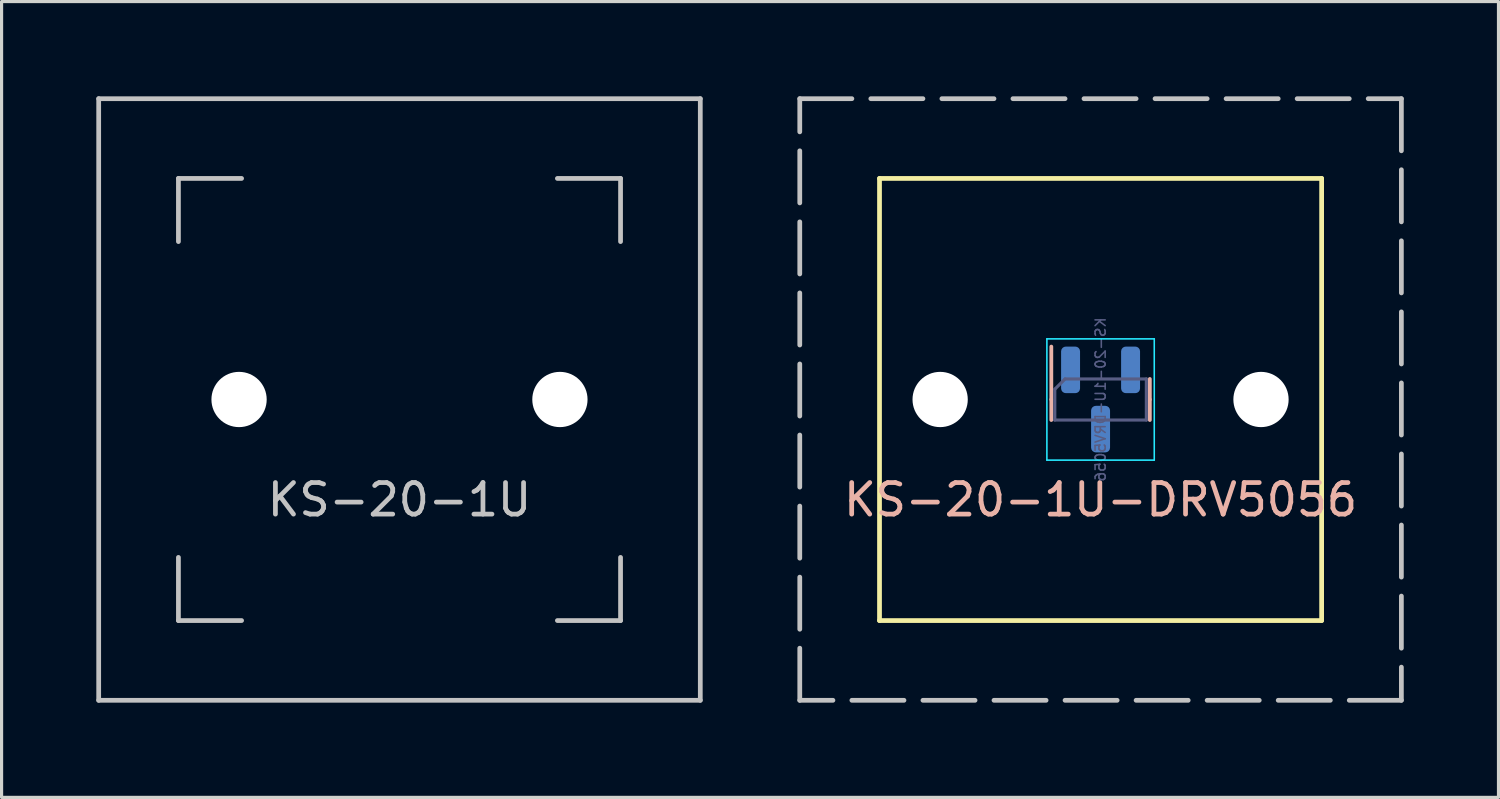
<source format=kicad_pcb>
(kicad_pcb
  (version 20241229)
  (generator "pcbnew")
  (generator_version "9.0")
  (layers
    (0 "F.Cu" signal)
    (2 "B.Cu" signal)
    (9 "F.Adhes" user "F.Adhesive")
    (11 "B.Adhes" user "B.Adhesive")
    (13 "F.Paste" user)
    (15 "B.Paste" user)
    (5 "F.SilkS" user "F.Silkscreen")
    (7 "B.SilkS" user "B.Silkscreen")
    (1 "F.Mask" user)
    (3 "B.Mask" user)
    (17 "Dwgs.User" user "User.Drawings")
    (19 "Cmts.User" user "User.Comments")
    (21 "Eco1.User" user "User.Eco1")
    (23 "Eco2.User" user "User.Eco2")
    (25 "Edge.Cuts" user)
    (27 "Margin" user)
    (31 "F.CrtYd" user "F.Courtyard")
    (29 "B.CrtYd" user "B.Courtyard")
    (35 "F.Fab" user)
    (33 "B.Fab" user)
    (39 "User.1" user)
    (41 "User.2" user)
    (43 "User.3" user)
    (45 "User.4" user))
  (footprint "KS-20-1U-DRV5056"
    (layer "F.Cu")
    (at 31.8 9.6)
    (property "Reference" "KS-20-1U-DRV5056" (at 0 3.175 0) (layer "B.SilkS") (effects (font (size 1 1) (thickness 0.15))))
    (attr through_hole)
    (fp_line (start -7 -7) (end -7 7) (stroke (width 0.15) (type solid)) (layer "F.SilkS"))
    (fp_line (start -7 7) (end 7 7) (stroke (width 0.15) (type solid)) (layer "F.SilkS"))
    (fp_line (start 7 -7) (end -7 -7) (stroke (width 0.15) (type solid)) (layer "F.SilkS"))
    (fp_line (start 7 -7) (end 7 7) (stroke (width 0.15) (type solid)) (layer "F.SilkS"))
    (fp_line (start -1.56 0) (end -1.56 -1.675) (stroke (width 0.12) (type solid)) (layer "B.SilkS"))
    (fp_line (start -1.56 0) (end -1.56 0.65) (stroke (width 0.12) (type solid)) (layer "B.SilkS"))
    (fp_line (start 1.56 0) (end 1.56 -0.65) (stroke (width 0.12) (type solid)) (layer "B.SilkS"))
    (fp_line (start 1.56 0) (end 1.56 0.65) (stroke (width 0.12) (type solid)) (layer "B.SilkS"))
    (fp_line (start -9.525 -9.525) (end 9.525 -9.525) (stroke (width 0.15) (type dash)) (layer "Dwgs.User"))
    (fp_line (start -9.525 9.525) (end -9.525 -9.525) (stroke (width 0.15) (type dash)) (layer "Dwgs.User"))
    (fp_line (start 9.525 -9.525) (end 9.525 9.525) (stroke (width 0.15) (type dash)) (layer "Dwgs.User"))
    (fp_line (start 9.525 9.525) (end -9.525 9.525) (stroke (width 0.15) (type dash)) (layer "Dwgs.User"))
    (fp_line (start -1.7 -1.92) (end 1.7 -1.92) (stroke (width 0.05) (type solid)) (layer "B.CrtYd"))
    (fp_line (start -1.7 1.92) (end -1.7 -1.92) (stroke (width 0.05) (type solid)) (layer "B.CrtYd"))
    (fp_line (start 1.7 -1.92) (end 1.7 1.92) (stroke (width 0.05) (type solid)) (layer "B.CrtYd"))
    (fp_line (start 1.7 1.92) (end -1.7 1.92) (stroke (width 0.05) (type solid)) (layer "B.CrtYd"))
    (fp_line (start -1.45 -0.325) (end -1.45 0.65) (stroke (width 0.1) (type solid)) (layer "B.Fab"))
    (fp_line (start -1.45 0.65) (end 1.45 0.65) (stroke (width 0.1) (type solid)) (layer "B.Fab"))
    (fp_line (start -1.125 -0.65) (end -1.45 -0.325) (stroke (width 0.1) (type solid)) (layer "B.Fab"))
    (fp_line (start 1.45 -0.65) (end -1.125 -0.65) (stroke (width 0.1) (type solid)) (layer "B.Fab"))
    (fp_line (start 1.45 0.65) (end 1.45 -0.65) (stroke (width 0.1) (type solid)) (layer "B.Fab"))
    (fp_text user "${REFERENCE}" (at 0 0 90) (layer "B.Fab") (effects (font (size 0.32 0.32) (thickness 0.05)) (justify mirror)))
    (pad "" np_thru_hole circle (at -5.08 0 48.1) (size 1.75 1.75) (drill 1.75) (layers "*.Cu" "*.Mask"))
    (pad "" np_thru_hole circle (at 5.08 0 48.1) (size 1.75 1.75) (drill 1.75) (layers "*.Cu" "*.Mask"))
    (pad "1" smd roundrect (at -0.95 -0.938 90) (size 1.475 0.6) (layers "B.Cu" "B.Mask" "B.Paste") (roundrect_rratio 0.25))
    (pad "2" smd roundrect (at 0.95 -0.938 90) (size 1.475 0.6) (layers "B.Cu" "B.Mask" "B.Paste") (roundrect_rratio 0.25))
    (pad "3" smd roundrect (at 0 0.938 90) (size 1.475 0.6) (layers "B.Cu" "B.Mask" "B.Paste") (roundrect_rratio 0.25))
    (zone (net_name "") (layers "F.Cu" "B.Cu") (hatch edge 0.5) (connect_pads) (min_thickness 0.25) (filled_areas_thickness no) (keepout (tracks allowed) (vias allowed) (pads allowed) (copperpour not_allowed) (footprints allowed)) (placement (enabled no)) (fill) (polygon (pts (xy 30.022 7.822) (xy 33.578 7.822) (xy 33.578 11.378) (xy 30.022 11.378)))))
  (footprint "KS-20-1U"
    (layer "F.Cu")
    (at 9.6 9.6)
    (property "Reference" "KS-20-1U" (at 0 3.175 0) (layer "Dwgs.User") (effects (font (size 1 1) (thickness 0.15))))
    (attr through_hole)
    (fp_line (start -9.525 -9.525) (end 9.525 -9.525) (stroke (width 0.15) (type solid)) (layer "Dwgs.User"))
    (fp_line (start -9.525 9.525) (end -9.525 -9.525) (stroke (width 0.15) (type solid)) (layer "Dwgs.User"))
    (fp_line (start -7 -7) (end -7 -5) (stroke (width 0.15) (type solid)) (layer "Dwgs.User"))
    (fp_line (start -7 5) (end -7 7) (stroke (width 0.15) (type solid)) (layer "Dwgs.User"))
    (fp_line (start -7 7) (end -5 7) (stroke (width 0.15) (type solid)) (layer "Dwgs.User"))
    (fp_line (start -5 -7) (end -7 -7) (stroke (width 0.15) (type solid)) (layer "Dwgs.User"))
    (fp_line (start 5 -7) (end 7 -7) (stroke (width 0.15) (type solid)) (layer "Dwgs.User"))
    (fp_line (start 5 7) (end 7 7) (stroke (width 0.15) (type solid)) (layer "Dwgs.User"))
    (fp_line (start 7 -7) (end 7 -5) (stroke (width 0.15) (type solid)) (layer "Dwgs.User"))
    (fp_line (start 7 7) (end 7 5) (stroke (width 0.15) (type solid)) (layer "Dwgs.User"))
    (fp_line (start 9.525 -9.525) (end 9.525 9.525) (stroke (width 0.15) (type solid)) (layer "Dwgs.User"))
    (fp_line (start 9.525 9.525) (end -9.525 9.525) (stroke (width 0.15) (type solid)) (layer "Dwgs.User"))
    (pad "" np_thru_hole circle (at -5.08 0 48.1) (size 1.75 1.75) (drill 1.75) (layers "*.Cu" "*.Mask"))
    (pad "" np_thru_hole circle (at 5.08 0 48.1) (size 1.75 1.75) (drill 1.75) (layers "*.Cu" "*.Mask")))
  (gr_rect
    (start -3 -3)
    (end 44.4 22.2)
    (stroke (width 0.1) (type default))
    (fill no)
    (layer "Edge.Cuts")))
</source>
